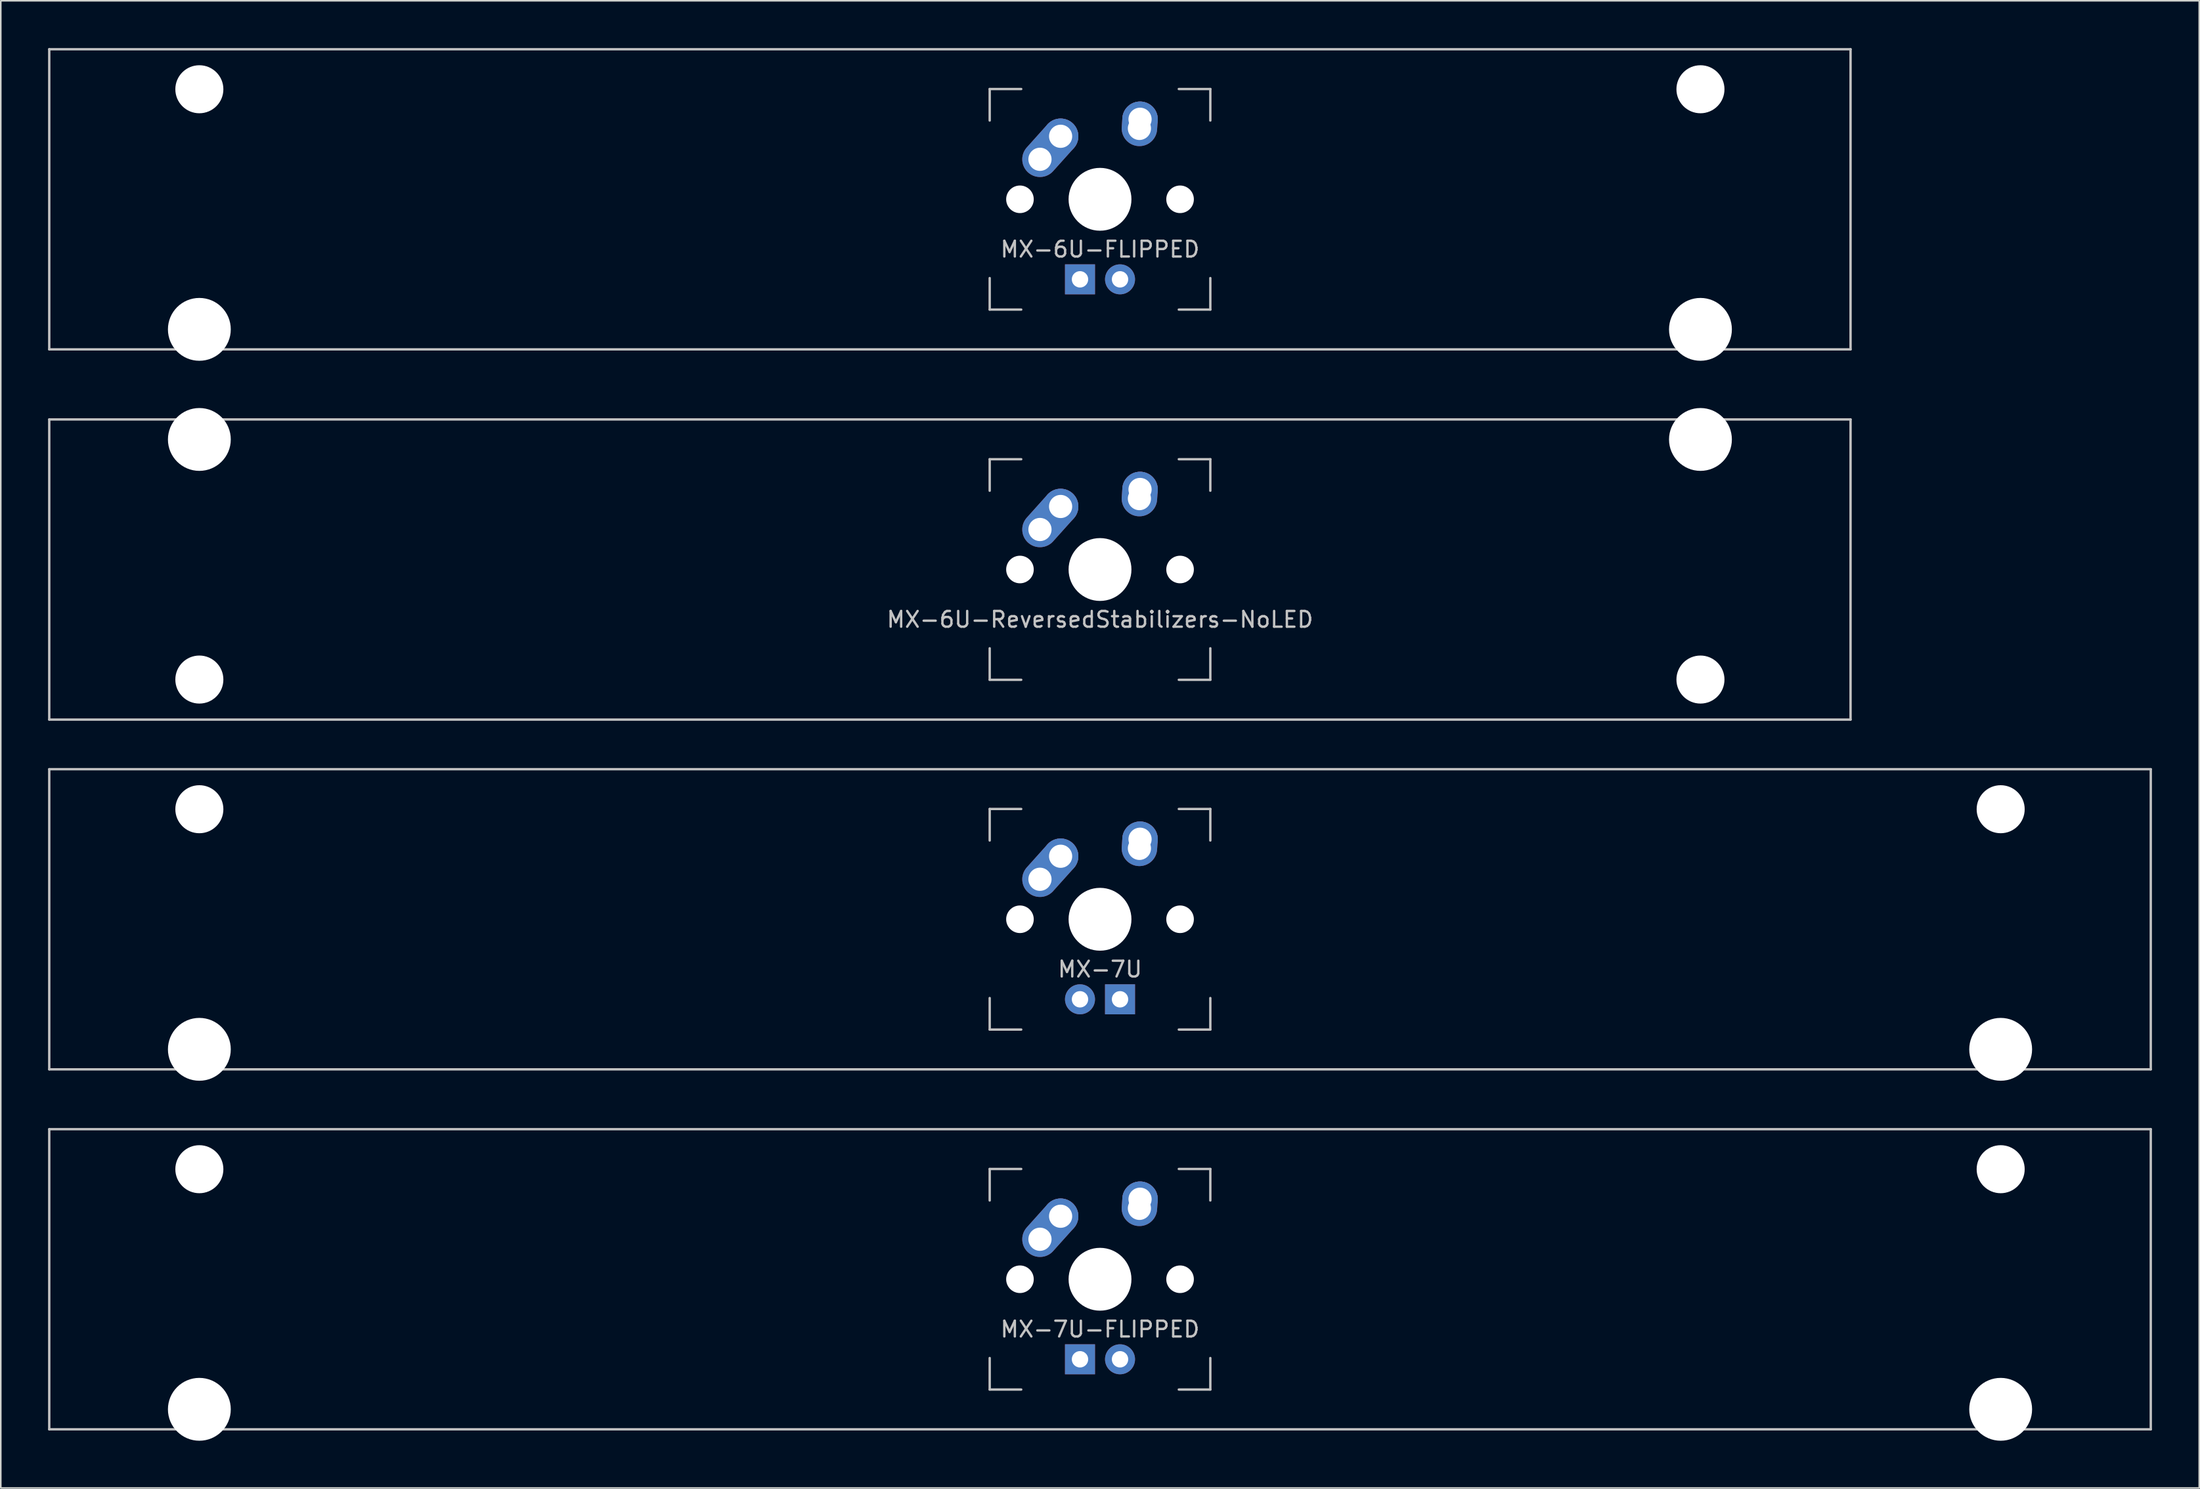
<source format=kicad_pcb>
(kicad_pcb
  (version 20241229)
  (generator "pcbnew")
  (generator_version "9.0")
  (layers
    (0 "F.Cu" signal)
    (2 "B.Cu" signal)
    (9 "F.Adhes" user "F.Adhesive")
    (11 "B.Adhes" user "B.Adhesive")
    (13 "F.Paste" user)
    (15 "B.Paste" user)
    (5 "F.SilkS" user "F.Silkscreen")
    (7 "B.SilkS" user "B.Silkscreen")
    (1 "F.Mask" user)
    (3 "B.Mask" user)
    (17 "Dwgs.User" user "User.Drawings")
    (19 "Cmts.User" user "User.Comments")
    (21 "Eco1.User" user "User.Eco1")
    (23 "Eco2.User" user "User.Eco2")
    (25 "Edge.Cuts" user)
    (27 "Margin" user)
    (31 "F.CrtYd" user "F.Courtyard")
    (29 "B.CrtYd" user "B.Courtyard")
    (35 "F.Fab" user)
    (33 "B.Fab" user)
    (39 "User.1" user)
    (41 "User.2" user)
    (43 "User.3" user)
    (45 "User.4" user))
  (footprint "MX-6U-FLIPPED"
    (layer "F.Cu")
    (at 57.225 9.6)
    (property "Reference" "MX-6U-FLIPPED" (at 9.525 3.175 0) (layer "Dwgs.User") (effects (font (size 1 1) (thickness 0.15))))
    (attr through_hole)
    (fp_line (start -57.15 -9.525) (end 57.15 -9.525) (stroke (width 0.15) (type solid)) (layer "Dwgs.User"))
    (fp_line (start -57.15 9.525) (end -57.15 -9.525) (stroke (width 0.15) (type solid)) (layer "Dwgs.User"))
    (fp_line (start -57.15 9.525) (end 57.15 9.525) (stroke (width 0.15) (type solid)) (layer "Dwgs.User"))
    (fp_line (start 2.525 -7) (end 2.525 -5) (stroke (width 0.15) (type solid)) (layer "Dwgs.User"))
    (fp_line (start 2.525 5) (end 2.525 7) (stroke (width 0.15) (type solid)) (layer "Dwgs.User"))
    (fp_line (start 2.525 7) (end 4.525 7) (stroke (width 0.15) (type solid)) (layer "Dwgs.User"))
    (fp_line (start 4.525 -7) (end 2.525 -7) (stroke (width 0.15) (type solid)) (layer "Dwgs.User"))
    (fp_line (start 14.525 -7) (end 16.525 -7) (stroke (width 0.15) (type solid)) (layer "Dwgs.User"))
    (fp_line (start 14.525 7) (end 16.525 7) (stroke (width 0.15) (type solid)) (layer "Dwgs.User"))
    (fp_line (start 16.525 -7) (end 16.525 -5) (stroke (width 0.15) (type solid)) (layer "Dwgs.User"))
    (fp_line (start 16.525 7) (end 16.525 5) (stroke (width 0.15) (type solid)) (layer "Dwgs.User"))
    (fp_line (start 57.15 -9.525) (end 57.15 9.525) (stroke (width 0.15) (type solid)) (layer "Dwgs.User"))
    (pad "" np_thru_hole circle (at -47.625 -6.985) (size 3.048 3.048) (drill 3.048) (layers "*.Cu" "*.Mask"))
    (pad "" np_thru_hole circle (at -47.625 8.255) (size 3.988 3.988) (drill 3.988) (layers "*.Cu" "*.Mask"))
    (pad "" np_thru_hole circle (at 4.445 0 48.1) (size 1.75 1.75) (drill 1.75) (layers "*.Cu" "*.Mask"))
    (pad "" np_thru_hole circle (at 9.525 0) (size 3.988 3.988) (drill 3.988) (layers "*.Cu" "*.Mask"))
    (pad "" np_thru_hole circle (at 14.605 0 48.1) (size 1.75 1.75) (drill 1.75) (layers "*.Cu" "*.Mask"))
    (pad "" np_thru_hole circle (at 47.625 -6.985) (size 3.048 3.048) (drill 3.048) (layers "*.Cu" "*.Mask"))
    (pad "" np_thru_hole circle (at 47.625 8.255) (size 3.988 3.988) (drill 3.988) (layers "*.Cu" "*.Mask"))
    (pad "1" thru_hole oval (at 5.715 -2.54 48.1) (size 4.212 2.25) (drill 1.47 (offset 0.981 0)) (layers "*.Cu" "*.Mask"))
    (pad "1" thru_hole circle (at 7.025 -4) (size 2.25 2.25) (drill 1.47) (layers "*.Cu" "*.Mask"))
    (pad "2" thru_hole oval (at 12.025 -4.5 86.055) (size 2.831 2.25) (drill 1.47 (offset 0.291 0)) (layers "*.Cu" "*.Mask"))
    (pad "2" thru_hole circle (at 12.065 -5.08) (size 2.25 2.25) (drill 1.47) (layers "*.Cu" "*.Mask"))
    (pad "3" thru_hole circle (at 10.795 5.08) (size 1.905 1.905) (drill 1.04) (layers "*.Cu" "*.Mask"))
    (pad "4" thru_hole rect (at 8.255 5.08) (size 1.905 1.905) (drill 1.04) (layers "*.Cu" "*.Mask")))
  (footprint "MX-7U"
    (layer "F.Cu")
    (at 66.75 55.298)
    (property "Reference" "MX-7U" (at 0 3.175 0) (layer "Dwgs.User") (effects (font (size 1 1) (thickness 0.15))))
    (attr through_hole)
    (fp_line (start -66.675 -9.525) (end 66.675 -9.525) (stroke (width 0.15) (type solid)) (layer "Dwgs.User"))
    (fp_line (start -66.675 9.525) (end -66.675 -9.525) (stroke (width 0.15) (type solid)) (layer "Dwgs.User"))
    (fp_line (start -66.675 9.525) (end 66.675 9.525) (stroke (width 0.15) (type solid)) (layer "Dwgs.User"))
    (fp_line (start -7 -7) (end -7 -5) (stroke (width 0.15) (type solid)) (layer "Dwgs.User"))
    (fp_line (start -7 5) (end -7 7) (stroke (width 0.15) (type solid)) (layer "Dwgs.User"))
    (fp_line (start -7 7) (end -5 7) (stroke (width 0.15) (type solid)) (layer "Dwgs.User"))
    (fp_line (start -5 -7) (end -7 -7) (stroke (width 0.15) (type solid)) (layer "Dwgs.User"))
    (fp_line (start 5 -7) (end 7 -7) (stroke (width 0.15) (type solid)) (layer "Dwgs.User"))
    (fp_line (start 5 7) (end 7 7) (stroke (width 0.15) (type solid)) (layer "Dwgs.User"))
    (fp_line (start 7 -7) (end 7 -5) (stroke (width 0.15) (type solid)) (layer "Dwgs.User"))
    (fp_line (start 7 7) (end 7 5) (stroke (width 0.15) (type solid)) (layer "Dwgs.User"))
    (fp_line (start 66.675 -9.525) (end 66.675 9.525) (stroke (width 0.15) (type solid)) (layer "Dwgs.User"))
    (pad "" np_thru_hole circle (at -57.15 -6.985) (size 3.048 3.048) (drill 3.048) (layers "*.Cu" "*.Mask"))
    (pad "" np_thru_hole circle (at -57.15 8.255) (size 3.988 3.988) (drill 3.988) (layers "*.Cu" "*.Mask"))
    (pad "" np_thru_hole circle (at -5.08 0 48.1) (size 1.75 1.75) (drill 1.75) (layers "*.Cu" "*.Mask"))
    (pad "" np_thru_hole circle (at 0 0) (size 3.988 3.988) (drill 3.988) (layers "*.Cu" "*.Mask"))
    (pad "" np_thru_hole circle (at 5.08 0 48.1) (size 1.75 1.75) (drill 1.75) (layers "*.Cu" "*.Mask"))
    (pad "" np_thru_hole circle (at 57.15 -6.985) (size 3.048 3.048) (drill 3.048) (layers "*.Cu" "*.Mask"))
    (pad "" np_thru_hole circle (at 57.15 8.255) (size 3.988 3.988) (drill 3.988) (layers "*.Cu" "*.Mask"))
    (pad "1" thru_hole oval (at -3.81 -2.54 48.1) (size 4.212 2.25) (drill 1.47 (offset 0.981 0)) (layers "*.Cu" "*.Mask"))
    (pad "1" thru_hole circle (at -2.5 -4) (size 2.25 2.25) (drill 1.47) (layers "*.Cu" "*.Mask"))
    (pad "2" thru_hole oval (at 2.5 -4.5 86.055) (size 2.831 2.25) (drill 1.47 (offset 0.291 0)) (layers "*.Cu" "*.Mask"))
    (pad "2" thru_hole circle (at 2.54 -5.08) (size 2.25 2.25) (drill 1.47) (layers "*.Cu" "*.Mask"))
    (pad "3" thru_hole circle (at -1.27 5.08) (size 1.905 1.905) (drill 1.04) (layers "*.Cu" "*.Mask"))
    (pad "4" thru_hole rect (at 1.27 5.08) (size 1.905 1.905) (drill 1.04) (layers "*.Cu" "*.Mask")))
  (footprint "MX-6U-ReversedStabilizers-NoLED"
    (layer "F.Cu")
    (at 57.225 33.098)
    (property "Reference" "MX-6U-ReversedStabilizers-NoLED" (at 9.525 3.175 0) (layer "Dwgs.User") (effects (font (size 1 1) (thickness 0.15))))
    (attr through_hole)
    (fp_line (start -57.15 -9.525) (end 57.15 -9.525) (stroke (width 0.15) (type solid)) (layer "Dwgs.User"))
    (fp_line (start -57.15 9.525) (end -57.15 -9.525) (stroke (width 0.15) (type solid)) (layer "Dwgs.User"))
    (fp_line (start -57.15 9.525) (end 57.15 9.525) (stroke (width 0.15) (type solid)) (layer "Dwgs.User"))
    (fp_line (start 2.525 -7) (end 2.525 -5) (stroke (width 0.15) (type solid)) (layer "Dwgs.User"))
    (fp_line (start 2.525 5) (end 2.525 7) (stroke (width 0.15) (type solid)) (layer "Dwgs.User"))
    (fp_line (start 2.525 7) (end 4.525 7) (stroke (width 0.15) (type solid)) (layer "Dwgs.User"))
    (fp_line (start 4.525 -7) (end 2.525 -7) (stroke (width 0.15) (type solid)) (layer "Dwgs.User"))
    (fp_line (start 14.525 -7) (end 16.525 -7) (stroke (width 0.15) (type solid)) (layer "Dwgs.User"))
    (fp_line (start 14.525 7) (end 16.525 7) (stroke (width 0.15) (type solid)) (layer "Dwgs.User"))
    (fp_line (start 16.525 -7) (end 16.525 -5) (stroke (width 0.15) (type solid)) (layer "Dwgs.User"))
    (fp_line (start 16.525 7) (end 16.525 5) (stroke (width 0.15) (type solid)) (layer "Dwgs.User"))
    (fp_line (start 57.15 -9.525) (end 57.15 9.525) (stroke (width 0.15) (type solid)) (layer "Dwgs.User"))
    (pad "" np_thru_hole circle (at -47.625 -8.255) (size 3.988 3.988) (drill 3.988) (layers "*.Cu" "*.Mask"))
    (pad "" np_thru_hole circle (at -47.625 6.985) (size 3.048 3.048) (drill 3.048) (layers "*.Cu" "*.Mask"))
    (pad "" np_thru_hole circle (at 4.445 0 48.1) (size 1.75 1.75) (drill 1.75) (layers "*.Cu" "*.Mask"))
    (pad "" np_thru_hole circle (at 9.525 0) (size 3.988 3.988) (drill 3.988) (layers "*.Cu" "*.Mask"))
    (pad "" np_thru_hole circle (at 14.605 0 48.1) (size 1.75 1.75) (drill 1.75) (layers "*.Cu" "*.Mask"))
    (pad "" np_thru_hole circle (at 47.625 -8.255) (size 3.988 3.988) (drill 3.988) (layers "*.Cu" "*.Mask"))
    (pad "" np_thru_hole circle (at 47.625 6.985) (size 3.048 3.048) (drill 3.048) (layers "*.Cu" "*.Mask"))
    (pad "1" thru_hole oval (at 5.715 -2.54 48.1) (size 4.212 2.25) (drill 1.47 (offset 0.981 0)) (layers "*.Cu" "*.Mask"))
    (pad "1" thru_hole circle (at 7.025 -4) (size 2.25 2.25) (drill 1.47) (layers "*.Cu" "*.Mask"))
    (pad "2" thru_hole oval (at 12.025 -4.5 86.055) (size 2.831 2.25) (drill 1.47 (offset 0.291 0)) (layers "*.Cu" "*.Mask"))
    (pad "2" thru_hole circle (at 12.065 -5.08) (size 2.25 2.25) (drill 1.47) (layers "*.Cu" "*.Mask")))
  (footprint "MX-7U-FLIPPED"
    (layer "F.Cu")
    (at 66.75 78.147)
    (property "Reference" "MX-7U-FLIPPED" (at 0 3.175 0) (layer "Dwgs.User") (effects (font (size 1 1) (thickness 0.15))))
    (attr through_hole)
    (fp_line (start -66.675 -9.525) (end 66.675 -9.525) (stroke (width 0.15) (type solid)) (layer "Dwgs.User"))
    (fp_line (start -66.675 9.525) (end -66.675 -9.525) (stroke (width 0.15) (type solid)) (layer "Dwgs.User"))
    (fp_line (start -66.675 9.525) (end 66.675 9.525) (stroke (width 0.15) (type solid)) (layer "Dwgs.User"))
    (fp_line (start -7 -7) (end -7 -5) (stroke (width 0.15) (type solid)) (layer "Dwgs.User"))
    (fp_line (start -7 5) (end -7 7) (stroke (width 0.15) (type solid)) (layer "Dwgs.User"))
    (fp_line (start -7 7) (end -5 7) (stroke (width 0.15) (type solid)) (layer "Dwgs.User"))
    (fp_line (start -5 -7) (end -7 -7) (stroke (width 0.15) (type solid)) (layer "Dwgs.User"))
    (fp_line (start 5 -7) (end 7 -7) (stroke (width 0.15) (type solid)) (layer "Dwgs.User"))
    (fp_line (start 5 7) (end 7 7) (stroke (width 0.15) (type solid)) (layer "Dwgs.User"))
    (fp_line (start 7 -7) (end 7 -5) (stroke (width 0.15) (type solid)) (layer "Dwgs.User"))
    (fp_line (start 7 7) (end 7 5) (stroke (width 0.15) (type solid)) (layer "Dwgs.User"))
    (fp_line (start 66.675 -9.525) (end 66.675 9.525) (stroke (width 0.15) (type solid)) (layer "Dwgs.User"))
    (pad "" np_thru_hole circle (at -57.15 -6.985) (size 3.048 3.048) (drill 3.048) (layers "*.Cu" "*.Mask"))
    (pad "" np_thru_hole circle (at -57.15 8.255) (size 3.988 3.988) (drill 3.988) (layers "*.Cu" "*.Mask"))
    (pad "" np_thru_hole circle (at -5.08 0 48.1) (size 1.75 1.75) (drill 1.75) (layers "*.Cu" "*.Mask"))
    (pad "" np_thru_hole circle (at 0 0) (size 3.988 3.988) (drill 3.988) (layers "*.Cu" "*.Mask"))
    (pad "" np_thru_hole circle (at 5.08 0 48.1) (size 1.75 1.75) (drill 1.75) (layers "*.Cu" "*.Mask"))
    (pad "" np_thru_hole circle (at 57.15 -6.985) (size 3.048 3.048) (drill 3.048) (layers "*.Cu" "*.Mask"))
    (pad "" np_thru_hole circle (at 57.15 8.255) (size 3.988 3.988) (drill 3.988) (layers "*.Cu" "*.Mask"))
    (pad "1" thru_hole oval (at -3.81 -2.54 48.1) (size 4.212 2.25) (drill 1.47 (offset 0.981 0)) (layers "*.Cu" "*.Mask"))
    (pad "1" thru_hole circle (at -2.5 -4) (size 2.25 2.25) (drill 1.47) (layers "*.Cu" "*.Mask"))
    (pad "2" thru_hole oval (at 2.5 -4.5 86.055) (size 2.831 2.25) (drill 1.47 (offset 0.291 0)) (layers "*.Cu" "*.Mask"))
    (pad "2" thru_hole circle (at 2.54 -5.08) (size 2.25 2.25) (drill 1.47) (layers "*.Cu" "*.Mask"))
    (pad "3" thru_hole circle (at 1.27 5.08) (size 1.905 1.905) (drill 1.04) (layers "*.Cu" "*.Mask"))
    (pad "4" thru_hole rect (at -1.27 5.08) (size 1.905 1.905) (drill 1.04) (layers "*.Cu" "*.Mask")))
  (gr_rect
    (start -3 -3)
    (end 136.5 91.396)
    (stroke (width 0.1) (type default))
    (fill no)
    (layer "Edge.Cuts")))
</source>
